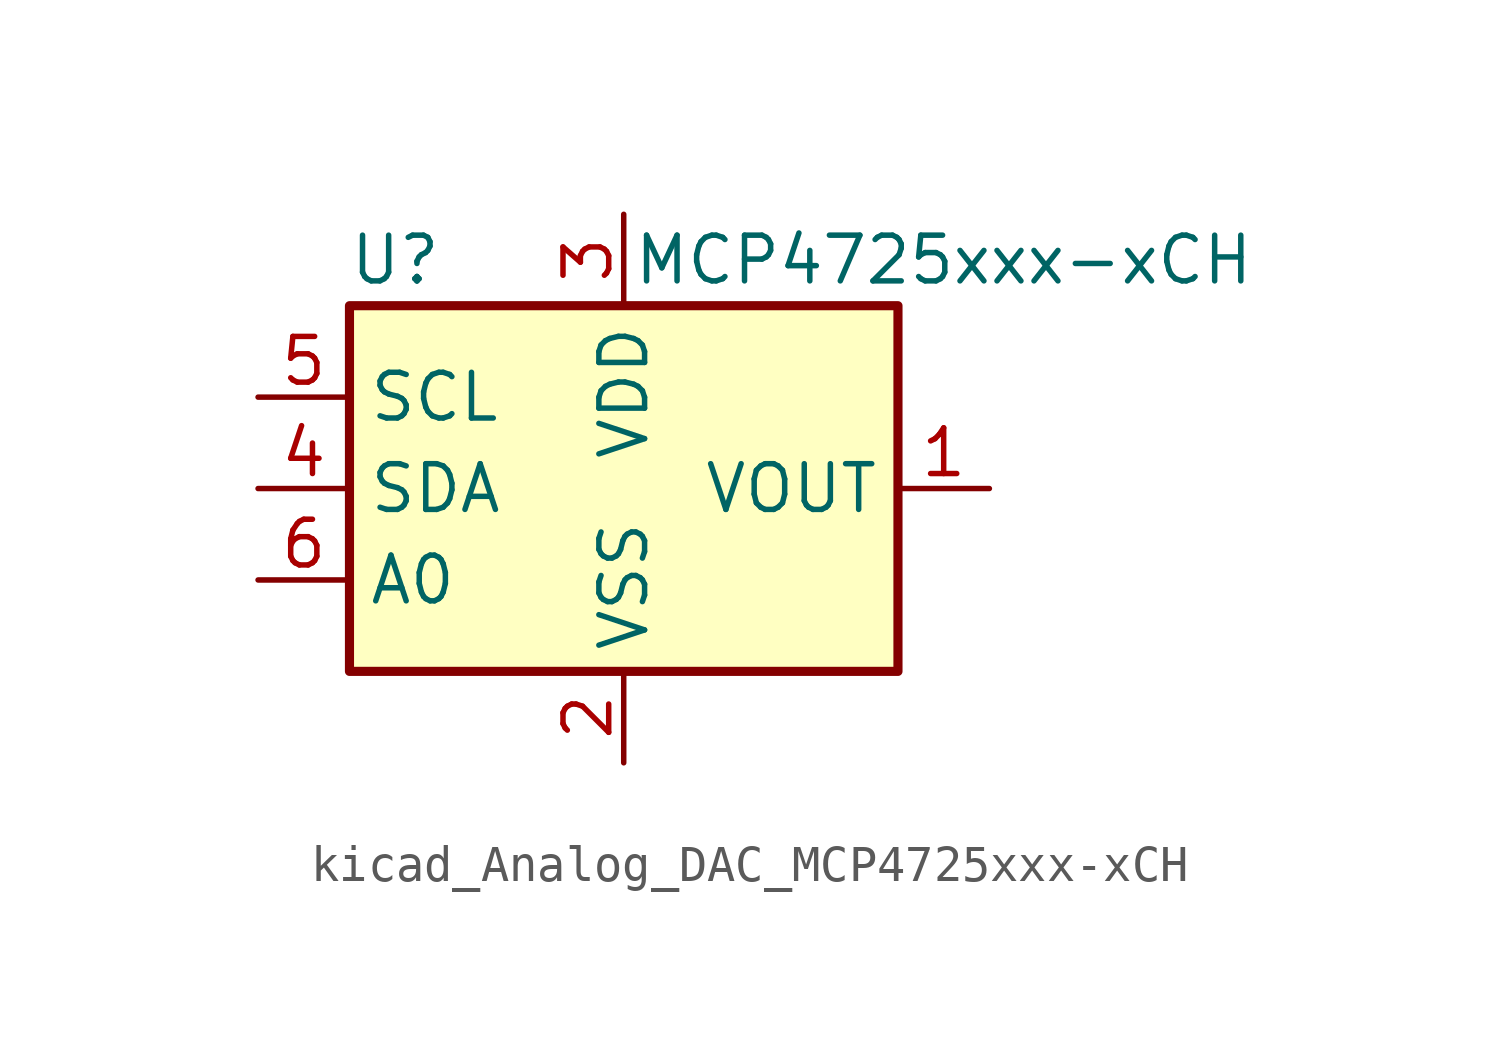
<source format=kicad_sym>
(kicad_symbol_lib
  (version 20220914)
  (generator kicad_symbol_editor)
  (symbol "kicad_Analog_DAC_MCP4725xxx-xCH"
    (property "Reference" "U"
      (at -6.35 6.35 0)
      (effects (font (size 1.27 1.27))))
    (property "Value" "MCP4725xxx-xCH"
      (at 8.89 6.35 0)
      (effects (font (size 1.27 1.27))))
    (symbol "kicad_Analog_DAC_MCP4725xxx-xCH_0_1"
      (rectangle (start -7.62 5.08) (end 7.62 -5.08) (stroke (width 0.254) (type default)) (fill (type background))))
    (symbol "kicad_Analog_DAC_MCP4725xxx-xCH_1_1"
      (pin output line (at 10.16 0 180) (length 2.54) (name "VOUT" (effects (font (size 1.27 1.27)))) (number "1" (effects (font (size 1.27 1.27)))))
      (pin power_in line (at 0 -7.62 90) (length 2.54) (name "VSS" (effects (font (size 1.27 1.27)))) (number "2" (effects (font (size 1.27 1.27)))))
      (pin power_in line (at 0 7.62 270) (length 2.54) (name "VDD" (effects (font (size 1.27 1.27)))) (number "3" (effects (font (size 1.27 1.27)))))
      (pin bidirectional line (at -10.16 0 0) (length 2.54) (name "SDA" (effects (font (size 1.27 1.27)))) (number "4" (effects (font (size 1.27 1.27)))))
      (pin input line (at -10.16 2.54 0) (length 2.54) (name "SCL" (effects (font (size 1.27 1.27)))) (number "5" (effects (font (size 1.27 1.27)))))
      (pin input line (at -10.16 -2.54 0) (length 2.54) (name "A0" (effects (font (size 1.27 1.27)))) (number "6" (effects (font (size 1.27 1.27))))))))
</source>
